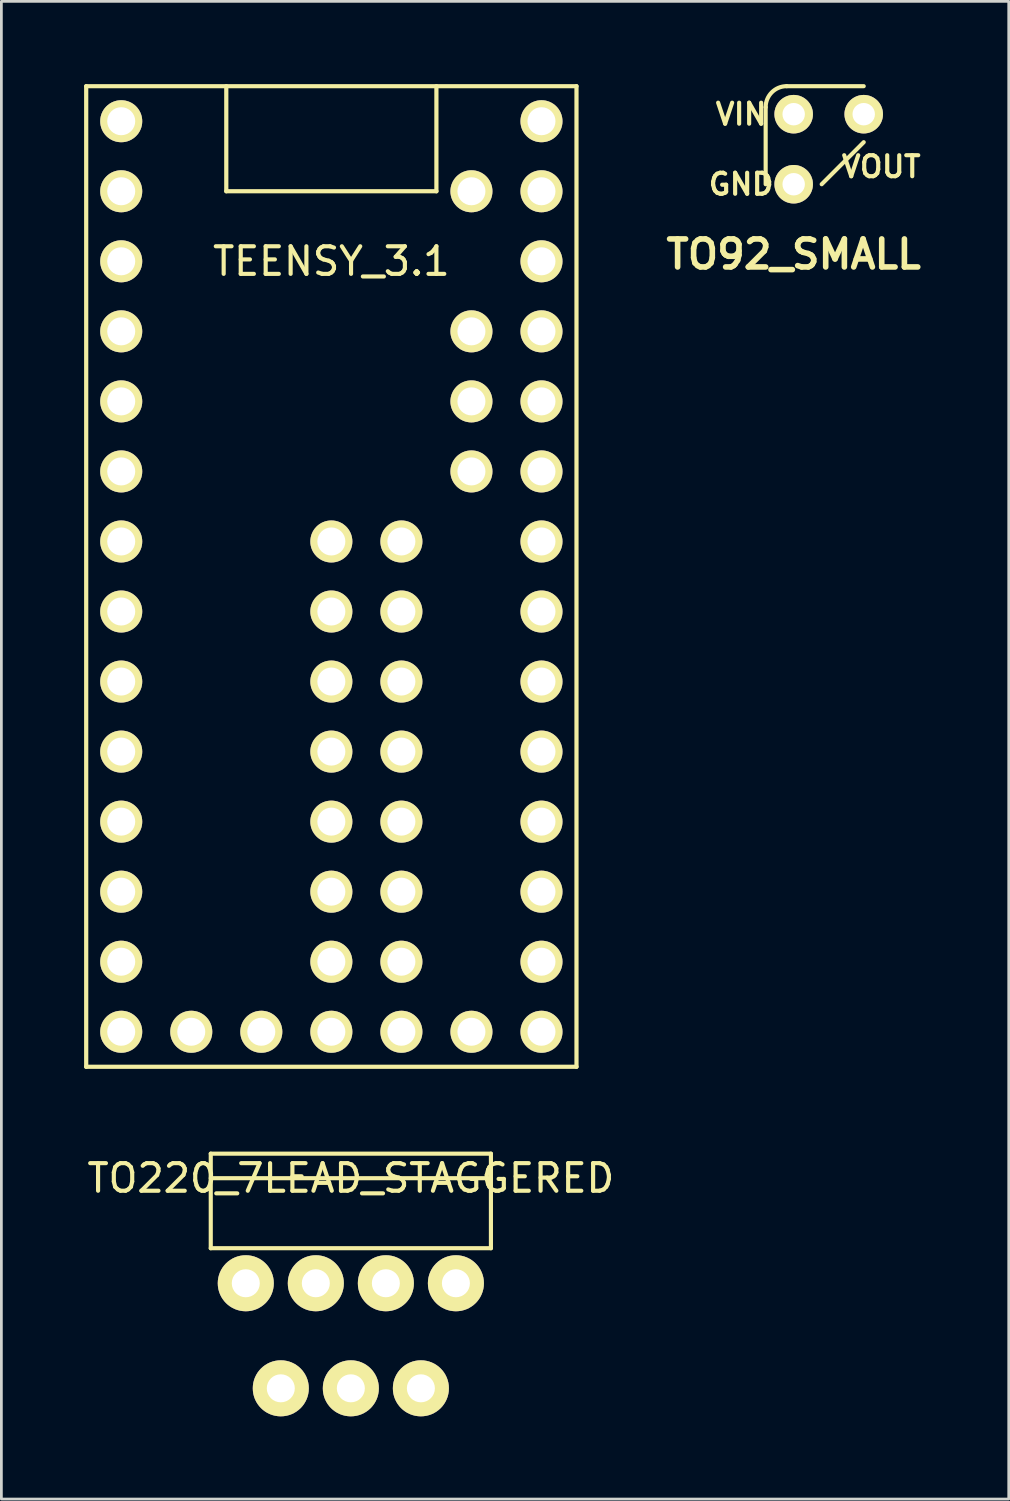
<source format=kicad_pcb>
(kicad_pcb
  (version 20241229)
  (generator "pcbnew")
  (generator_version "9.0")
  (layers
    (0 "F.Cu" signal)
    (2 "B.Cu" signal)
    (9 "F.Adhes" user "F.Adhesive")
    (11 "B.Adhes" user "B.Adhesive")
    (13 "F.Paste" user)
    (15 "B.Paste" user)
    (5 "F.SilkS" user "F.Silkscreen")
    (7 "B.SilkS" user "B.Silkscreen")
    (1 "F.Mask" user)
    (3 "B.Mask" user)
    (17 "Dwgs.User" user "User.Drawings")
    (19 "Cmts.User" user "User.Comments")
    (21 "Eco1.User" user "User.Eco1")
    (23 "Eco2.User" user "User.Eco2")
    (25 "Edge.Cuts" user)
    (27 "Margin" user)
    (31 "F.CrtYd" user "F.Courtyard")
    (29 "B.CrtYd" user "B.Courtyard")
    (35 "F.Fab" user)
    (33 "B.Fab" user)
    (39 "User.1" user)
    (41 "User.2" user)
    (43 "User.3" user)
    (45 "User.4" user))
  (footprint "TO220_7LEAD_STAGGERED"
    (layer "F.Cu")
    (at 9.673 44.756)
    (property "Reference" "TO220_7LEAD_STAGGERED" (at 0 -5.08 0) (layer "F.SilkS") (effects (font (size 1 1) (thickness 0.15))))
    (attr through_hole)
    (fp_line (start -5.08 -5.969) (end 5.08 -5.969) (stroke (width 0.15) (type solid)) (layer "F.SilkS"))
    (fp_line (start -5.08 -5.08) (end 5.08 -5.08) (stroke (width 0.15) (type solid)) (layer "F.SilkS"))
    (fp_line (start -5.08 -2.54) (end -5.08 -5.969) (stroke (width 0.15) (type solid)) (layer "F.SilkS"))
    (fp_line (start 5.08 -5.969) (end 5.08 -2.54) (stroke (width 0.15) (type solid)) (layer "F.SilkS"))
    (fp_line (start 5.08 -2.54) (end -5.08 -2.54) (stroke (width 0.15) (type solid)) (layer "F.SilkS"))
    (pad "1" thru_hole circle (at -3.81 -1.27) (size 2.032 2.032) (drill 1.016) (layers "*.Cu" "*.Mask" "F.SilkS"))
    (pad "2" thru_hole circle (at -2.54 2.54) (size 2.032 2.032) (drill 1.016) (layers "*.Cu" "*.Mask" "F.SilkS"))
    (pad "3" thru_hole circle (at -1.27 -1.27) (size 2.032 2.032) (drill 1.016) (layers "*.Cu" "*.Mask" "F.SilkS"))
    (pad "4" thru_hole circle (at 0 2.54) (size 2.032 2.032) (drill 1.016) (layers "*.Cu" "*.Mask" "F.SilkS"))
    (pad "5" thru_hole circle (at 1.27 -1.27) (size 2.032 2.032) (drill 1.016) (layers "*.Cu" "*.Mask" "F.SilkS"))
    (pad "6" thru_hole circle (at 2.54 2.54) (size 2.032 2.032) (drill 1.016) (layers "*.Cu" "*.Mask" "F.SilkS"))
    (pad "7" thru_hole circle (at 3.81 -1.27) (size 2.032 2.032) (drill 1.016) (layers "*.Cu" "*.Mask" "F.SilkS")))
  (footprint "TEENSY_3.1"
    (layer "F.Cu")
    (at 8.966 16.586)
    (property "Reference" "TEENSY_3.1" (at 0 -10.16 0) (layer "F.SilkS") (effects (font (size 1 1) (thickness 0.15))))
    (attr through_hole)
    (fp_line (start -8.89 -16.51) (end 8.89 -16.51) (stroke (width 0.152) (type solid)) (layer "F.SilkS"))
    (fp_line (start -8.89 19.05) (end -8.89 -16.51) (stroke (width 0.152) (type solid)) (layer "F.SilkS"))
    (fp_line (start -3.81 -16.51) (end -3.81 -12.7) (stroke (width 0.152) (type solid)) (layer "F.SilkS"))
    (fp_line (start -3.81 -12.7) (end 3.81 -12.7) (stroke (width 0.152) (type solid)) (layer "F.SilkS"))
    (fp_line (start 3.81 -12.7) (end 3.81 -16.51) (stroke (width 0.152) (type solid)) (layer "F.SilkS"))
    (fp_line (start 8.89 -16.51) (end 8.89 19.05) (stroke (width 0.152) (type solid)) (layer "F.SilkS"))
    (fp_line (start 8.89 19.05) (end -8.89 19.05) (stroke (width 0.152) (type solid)) (layer "F.SilkS"))
    (pad "0" thru_hole circle (at -7.62 -12.7) (size 1.524 1.524) (drill 1.016) (layers "*.Cu" "*.Mask" "F.SilkS"))
    (pad "1" thru_hole circle (at -7.62 -10.16) (size 1.524 1.524) (drill 1.016) (layers "*.Cu" "*.Mask" "F.SilkS"))
    (pad "2" thru_hole circle (at -7.62 -7.62) (size 1.524 1.524) (drill 1.016) (layers "*.Cu" "*.Mask" "F.SilkS"))
    (pad "3" thru_hole circle (at -7.62 -5.08) (size 1.524 1.524) (drill 1.016) (layers "*.Cu" "*.Mask" "F.SilkS"))
    (pad "3v3" thru_hole circle (at 7.62 -10.16) (size 1.524 1.524) (drill 1.016) (layers "*.Cu" "*.Mask" "F.SilkS"))
    (pad "3v32" thru_hole circle (at -2.54 17.78) (size 1.524 1.524) (drill 1.016) (layers "*.Cu" "*.Mask" "F.SilkS"))
    (pad "3v33" thru_hole circle (at 2.54 2.54) (size 1.524 1.524) (drill 1.016) (layers "*.Cu" "*.Mask" "F.SilkS"))
    (pad "4" thru_hole circle (at -7.62 -2.54) (size 1.524 1.524) (drill 1.016) (layers "*.Cu" "*.Mask" "F.SilkS"))
    (pad "5" thru_hole circle (at -7.62 0) (size 1.524 1.524) (drill 1.016) (layers "*.Cu" "*.Mask" "F.SilkS"))
    (pad "6" thru_hole circle (at -7.62 2.54) (size 1.524 1.524) (drill 1.016) (layers "*.Cu" "*.Mask" "F.SilkS"))
    (pad "7" thru_hole circle (at -7.62 5.08) (size 1.524 1.524) (drill 1.016) (layers "*.Cu" "*.Mask" "F.SilkS"))
    (pad "8" thru_hole circle (at -7.62 7.62) (size 1.524 1.524) (drill 1.016) (layers "*.Cu" "*.Mask" "F.SilkS"))
    (pad "9" thru_hole circle (at -7.62 10.16) (size 1.524 1.524) (drill 1.016) (layers "*.Cu" "*.Mask" "F.SilkS"))
    (pad "10" thru_hole circle (at -7.62 12.7) (size 1.524 1.524) (drill 1.016) (layers "*.Cu" "*.Mask" "F.SilkS"))
    (pad "11" thru_hole circle (at -7.62 15.24) (size 1.524 1.524) (drill 1.016) (layers "*.Cu" "*.Mask" "F.SilkS"))
    (pad "12" thru_hole circle (at -7.62 17.78) (size 1.524 1.524) (drill 1.016) (layers "*.Cu" "*.Mask" "F.SilkS"))
    (pad "13" thru_hole circle (at 7.62 17.78) (size 1.524 1.524) (drill 1.016) (layers "*.Cu" "*.Mask" "F.SilkS"))
    (pad "14" thru_hole circle (at 7.62 15.24) (size 1.524 1.524) (drill 1.016) (layers "*.Cu" "*.Mask" "F.SilkS"))
    (pad "15" thru_hole circle (at 7.62 12.7) (size 1.524 1.524) (drill 1.016) (layers "*.Cu" "*.Mask" "F.SilkS"))
    (pad "16" thru_hole circle (at 7.62 10.16) (size 1.524 1.524) (drill 1.016) (layers "*.Cu" "*.Mask" "F.SilkS"))
    (pad "17" thru_hole circle (at 7.62 7.62) (size 1.524 1.524) (drill 1.016) (layers "*.Cu" "*.Mask" "F.SilkS"))
    (pad "18" thru_hole circle (at 7.62 5.08) (size 1.524 1.524) (drill 1.016) (layers "*.Cu" "*.Mask" "F.SilkS"))
    (pad "19" thru_hole circle (at 7.62 2.54) (size 1.524 1.524) (drill 1.016) (layers "*.Cu" "*.Mask" "F.SilkS"))
    (pad "20" thru_hole circle (at 7.62 0) (size 1.524 1.524) (drill 1.016) (layers "*.Cu" "*.Mask" "F.SilkS"))
    (pad "21" thru_hole circle (at 7.62 -2.54) (size 1.524 1.524) (drill 1.016) (layers "*.Cu" "*.Mask" "F.SilkS"))
    (pad "22" thru_hole circle (at 7.62 -5.08) (size 1.524 1.524) (drill 1.016) (layers "*.Cu" "*.Mask" "F.SilkS"))
    (pad "23" thru_hole circle (at 7.62 -7.62) (size 1.524 1.524) (drill 1.016) (layers "*.Cu" "*.Mask" "F.SilkS"))
    (pad "24" thru_hole circle (at 0 5.08) (size 1.524 1.524) (drill 1.016) (layers "*.Cu" "*.Mask" "F.SilkS"))
    (pad "25" thru_hole circle (at 0 7.62) (size 1.524 1.524) (drill 1.016) (layers "*.Cu" "*.Mask" "F.SilkS"))
    (pad "26" thru_hole circle (at 0 10.16) (size 1.524 1.524) (drill 1.016) (layers "*.Cu" "*.Mask" "F.SilkS"))
    (pad "27" thru_hole circle (at 0 12.7) (size 1.524 1.524) (drill 1.016) (layers "*.Cu" "*.Mask" "F.SilkS"))
    (pad "28" thru_hole circle (at 0 15.24) (size 1.524 1.524) (drill 1.016) (layers "*.Cu" "*.Mask" "F.SilkS"))
    (pad "29" thru_hole circle (at 2.54 15.24) (size 1.524 1.524) (drill 1.016) (layers "*.Cu" "*.Mask" "F.SilkS"))
    (pad "30" thru_hole circle (at 2.54 12.7) (size 1.524 1.524) (drill 1.016) (layers "*.Cu" "*.Mask" "F.SilkS"))
    (pad "31" thru_hole circle (at 2.54 10.16) (size 1.524 1.524) (drill 1.016) (layers "*.Cu" "*.Mask" "F.SilkS"))
    (pad "32" thru_hole circle (at 2.54 7.62) (size 1.524 1.524) (drill 1.016) (layers "*.Cu" "*.Mask" "F.SilkS"))
    (pad "33" thru_hole circle (at 2.54 5.08) (size 1.524 1.524) (drill 1.016) (layers "*.Cu" "*.Mask" "F.SilkS"))
    (pad "A10" thru_hole circle (at 5.08 -5.08) (size 1.524 1.524) (drill 1.016) (layers "*.Cu" "*.Mask" "F.SilkS"))
    (pad "A11" thru_hole circle (at 5.08 -2.54) (size 1.524 1.524) (drill 1.016) (layers "*.Cu" "*.Mask" "F.SilkS"))
    (pad "A12" thru_hole circle (at 0 0) (size 1.524 1.524) (drill 1.016) (layers "*.Cu" "*.Mask" "F.SilkS"))
    (pad "A13" thru_hole circle (at 2.54 0) (size 1.524 1.524) (drill 1.016) (layers "*.Cu" "*.Mask" "F.SilkS"))
    (pad "A14" thru_hole circle (at 5.08 17.78) (size 1.524 1.524) (drill 1.016) (layers "*.Cu" "*.Mask" "F.SilkS"))
    (pad "AGND" thru_hole circle (at 7.62 -12.7) (size 1.524 1.524) (drill 1.016) (layers "*.Cu" "*.Mask" "F.SilkS"))
    (pad "ARF" thru_hole circle (at 5.08 -7.62) (size 1.524 1.524) (drill 1.016) (layers "*.Cu" "*.Mask" "F.SilkS"))
    (pad "GND" thru_hole circle (at -7.62 -15.24) (size 1.524 1.524) (drill 1.016) (layers "*.Cu" "*.Mask" "F.SilkS"))
    (pad "GND2" thru_hole circle (at 0 17.78) (size 1.524 1.524) (drill 1.016) (layers "*.Cu" "*.Mask" "F.SilkS"))
    (pad "GND3" thru_hole circle (at 0 2.54) (size 1.524 1.524) (drill 1.016) (layers "*.Cu" "*.Mask" "F.SilkS"))
    (pad "PRG" thru_hole circle (at 2.54 17.78) (size 1.524 1.524) (drill 1.016) (layers "*.Cu" "*.Mask" "F.SilkS"))
    (pad "VBAT" thru_hole circle (at -5.08 17.78) (size 1.524 1.524) (drill 1.016) (layers "*.Cu" "*.Mask" "F.SilkS"))
    (pad "VIN" thru_hole circle (at 7.62 -15.24) (size 1.524 1.524) (drill 1.016) (layers "*.Cu" "*.Mask" "F.SilkS"))
    (pad "VUSB" thru_hole circle (at 5.08 -12.7) (size 1.524 1.524) (drill 1.016) (layers "*.Cu" "*.Mask" "F.SilkS")))
  (footprint "TO92_SMALL"
    (layer "F.Cu")
    (at 27.002 2.361)
    (property "Reference" "TO92_SMALL" (at -1.27 3.81 0) (layer "F.SilkS") (effects (font (size 1.016 1.016) (thickness 0.203))))
    (attr through_hole)
    (fp_line (start -2.286 -1.524) (end -2.286 1.27) (stroke (width 0.15) (type solid)) (layer "F.SilkS"))
    (fp_line (start -1.524 -2.286) (end 1.27 -2.286) (stroke (width 0.15) (type solid)) (layer "F.SilkS"))
    (fp_line (start 1.27 -0.254) (end -0.254 1.27) (stroke (width 0.15) (type solid)) (layer "F.SilkS"))
    (fp_arc (start -2.286 -1.524) (mid -2.062815 -2.062815) (end -1.524 -2.286) (stroke (width 0.15) (type solid)) (layer "F.SilkS"))
    (fp_text user "VIN" (at -3.175 -1.27 0) (layer "F.SilkS") (effects (font (size 0.762 0.762) (thickness 0.15))))
    (fp_text user "GND" (at -3.175 1.27 0) (layer "F.SilkS") (effects (font (size 0.762 0.762) (thickness 0.15))))
    (fp_text user "VOUT" (at 1.905 0.635 0) (layer "F.SilkS") (effects (font (size 0.762 0.762) (thickness 0.15))))
    (pad "1" thru_hole circle (at -1.27 1.27) (size 1.397 1.397) (drill 0.813) (layers "*.Cu" "*.Mask" "F.SilkS"))
    (pad "2" thru_hole circle (at -1.27 -1.27) (size 1.397 1.397) (drill 0.813) (layers "*.Cu" "*.Mask" "F.SilkS"))
    (pad "3" thru_hole circle (at 1.27 -1.27) (size 1.397 1.397) (drill 0.813) (layers "*.Cu" "*.Mask" "F.SilkS")))
  (gr_rect
    (start -3 -3)
    (end 33.531 51.312)
    (stroke (width 0.1) (type default))
    (fill no)
    (layer "Edge.Cuts")))
</source>
